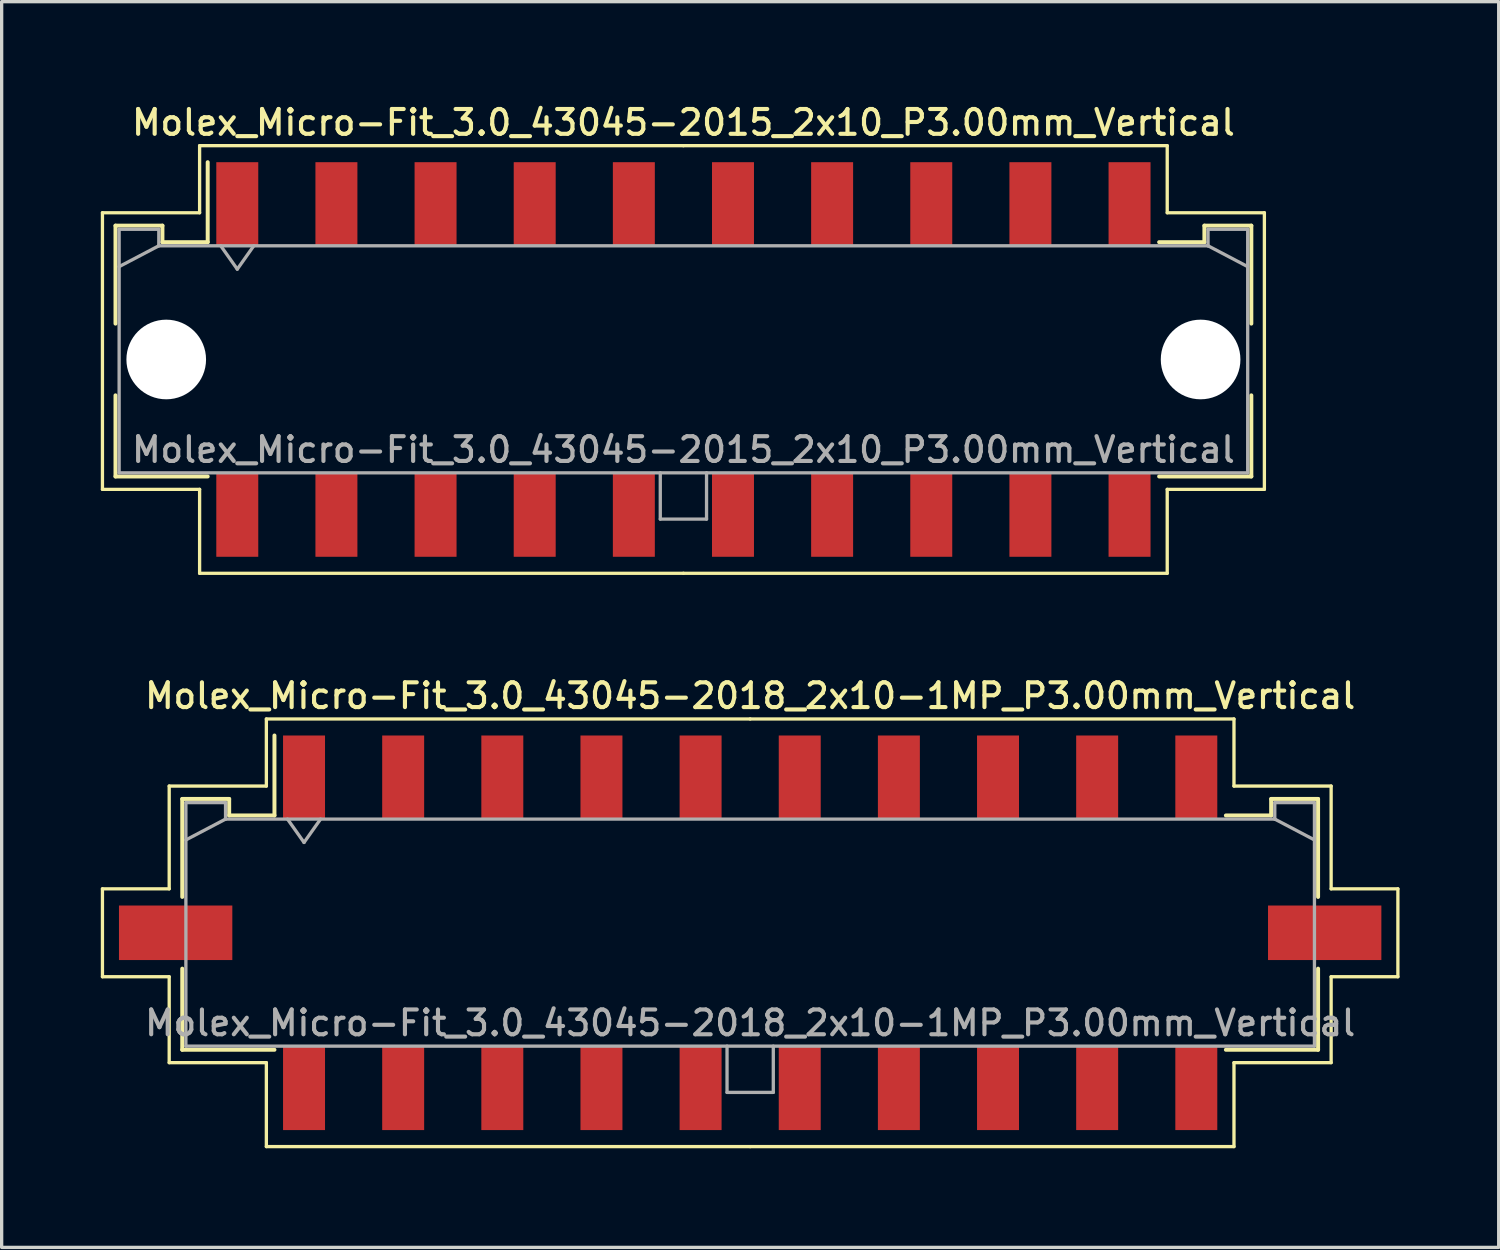
<source format=kicad_pcb>
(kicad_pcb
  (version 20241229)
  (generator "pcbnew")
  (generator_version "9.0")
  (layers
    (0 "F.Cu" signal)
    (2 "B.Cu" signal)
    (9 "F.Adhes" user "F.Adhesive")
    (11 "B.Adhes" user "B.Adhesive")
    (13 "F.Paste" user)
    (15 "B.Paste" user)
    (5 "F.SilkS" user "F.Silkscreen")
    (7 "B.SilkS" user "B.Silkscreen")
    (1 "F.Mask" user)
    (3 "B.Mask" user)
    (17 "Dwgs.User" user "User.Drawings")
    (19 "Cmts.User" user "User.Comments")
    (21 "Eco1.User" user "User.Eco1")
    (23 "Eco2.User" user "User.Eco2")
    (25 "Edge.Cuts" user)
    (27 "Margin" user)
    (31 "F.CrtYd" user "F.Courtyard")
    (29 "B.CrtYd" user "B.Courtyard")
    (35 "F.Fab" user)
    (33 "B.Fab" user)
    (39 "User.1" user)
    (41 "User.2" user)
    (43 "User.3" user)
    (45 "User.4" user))
  (footprint "Molex_Micro-Fit_3.0_43045-2015_2x10_P3.00mm_Vertical"
    (layer "F.Cu")
    (at 17.63 7.828)
    (property "Reference" "Molex_Micro-Fit_3.0_43045-2015_2x10_P3.00mm_Vertical" (at 0 -7.17 0) (layer "F.SilkS") (effects (font (size 0.75 0.75) (thickness 0.125))))
    (attr smd)
    (fp_line (start -17.58 -4.44) (end -17.58 3.93) (stroke (width 0.1) (type solid)) (layer "F.SilkS"))
    (fp_line (start -17.58 3.93) (end -14.64 3.93) (stroke (width 0.1) (type solid)) (layer "F.SilkS"))
    (fp_line (start -17.185 -4.05) (end -15.765 -4.05) (stroke (width 0.12) (type solid)) (layer "F.SilkS"))
    (fp_line (start -17.185 -1.085) (end -17.185 -4.05) (stroke (width 0.12) (type solid)) (layer "F.SilkS"))
    (fp_line (start -17.185 1.085) (end -17.185 3.54) (stroke (width 0.12) (type solid)) (layer "F.SilkS"))
    (fp_line (start -17.185 3.54) (end -14.395 3.54) (stroke (width 0.12) (type solid)) (layer "F.SilkS"))
    (fp_line (start -15.765 -4.05) (end -15.765 -3.55) (stroke (width 0.12) (type solid)) (layer "F.SilkS"))
    (fp_line (start -15.765 -3.55) (end -14.395 -3.55) (stroke (width 0.12) (type solid)) (layer "F.SilkS"))
    (fp_line (start -14.64 -6.47) (end -14.64 -4.44) (stroke (width 0.1) (type solid)) (layer "F.SilkS"))
    (fp_line (start -14.64 -4.44) (end -17.58 -4.44) (stroke (width 0.1) (type solid)) (layer "F.SilkS"))
    (fp_line (start -14.64 3.93) (end -14.64 6.47) (stroke (width 0.1) (type solid)) (layer "F.SilkS"))
    (fp_line (start -14.64 6.47) (end 0 6.47) (stroke (width 0.1) (type solid)) (layer "F.SilkS"))
    (fp_line (start -14.395 -3.55) (end -14.395 -5.97) (stroke (width 0.12) (type solid)) (layer "F.SilkS"))
    (fp_line (start 0 -6.47) (end -14.64 -6.47) (stroke (width 0.1) (type solid)) (layer "F.SilkS"))
    (fp_line (start 0 -6.47) (end 14.64 -6.47) (stroke (width 0.1) (type solid)) (layer "F.SilkS"))
    (fp_line (start 14.64 -6.47) (end 14.64 -4.44) (stroke (width 0.1) (type solid)) (layer "F.SilkS"))
    (fp_line (start 14.64 -4.44) (end 17.58 -4.44) (stroke (width 0.1) (type solid)) (layer "F.SilkS"))
    (fp_line (start 14.64 3.93) (end 14.64 6.47) (stroke (width 0.1) (type solid)) (layer "F.SilkS"))
    (fp_line (start 14.64 6.47) (end 0 6.47) (stroke (width 0.1) (type solid)) (layer "F.SilkS"))
    (fp_line (start 15.765 -4.05) (end 15.765 -3.55) (stroke (width 0.12) (type solid)) (layer "F.SilkS"))
    (fp_line (start 15.765 -3.55) (end 14.395 -3.55) (stroke (width 0.12) (type solid)) (layer "F.SilkS"))
    (fp_line (start 17.185 -4.05) (end 15.765 -4.05) (stroke (width 0.12) (type solid)) (layer "F.SilkS"))
    (fp_line (start 17.185 -1.085) (end 17.185 -4.05) (stroke (width 0.12) (type solid)) (layer "F.SilkS"))
    (fp_line (start 17.185 1.085) (end 17.185 3.54) (stroke (width 0.12) (type solid)) (layer "F.SilkS"))
    (fp_line (start 17.185 3.54) (end 14.395 3.54) (stroke (width 0.12) (type solid)) (layer "F.SilkS"))
    (fp_line (start 17.58 -4.44) (end 17.58 3.93) (stroke (width 0.1) (type solid)) (layer "F.SilkS"))
    (fp_line (start 17.58 3.93) (end 14.64 3.93) (stroke (width 0.1) (type solid)) (layer "F.SilkS"))
    (fp_line (start -17.075 -3.94) (end -17.075 3.43) (stroke (width 0.1) (type solid)) (layer "F.Fab"))
    (fp_line (start -17.075 -2.81) (end -15.875 -3.44) (stroke (width 0.1) (type solid)) (layer "F.Fab"))
    (fp_line (start -17.075 3.43) (end 17.075 3.43) (stroke (width 0.1) (type solid)) (layer "F.Fab"))
    (fp_line (start -15.875 -3.94) (end -17.075 -3.94) (stroke (width 0.1) (type solid)) (layer "F.Fab"))
    (fp_line (start -15.875 -3.44) (end -15.875 -3.94) (stroke (width 0.1) (type solid)) (layer "F.Fab"))
    (fp_line (start -14 -3.44) (end -13.5 -2.733) (stroke (width 0.1) (type solid)) (layer "F.Fab"))
    (fp_line (start -13.5 -2.733) (end -13 -3.44) (stroke (width 0.1) (type solid)) (layer "F.Fab"))
    (fp_line (start -0.7 3.43) (end -0.7 4.83) (stroke (width 0.1) (type solid)) (layer "F.Fab"))
    (fp_line (start -0.7 4.83) (end 0.7 4.83) (stroke (width 0.1) (type solid)) (layer "F.Fab"))
    (fp_line (start 0.7 4.83) (end 0.7 3.43) (stroke (width 0.1) (type solid)) (layer "F.Fab"))
    (fp_line (start 15.875 -3.94) (end 15.875 -3.44) (stroke (width 0.1) (type solid)) (layer "F.Fab"))
    (fp_line (start 15.875 -3.44) (end -15.875 -3.44) (stroke (width 0.1) (type solid)) (layer "F.Fab"))
    (fp_line (start 17.075 -3.94) (end 15.875 -3.94) (stroke (width 0.1) (type solid)) (layer "F.Fab"))
    (fp_line (start 17.075 -2.81) (end 15.875 -3.44) (stroke (width 0.1) (type solid)) (layer "F.Fab"))
    (fp_line (start 17.075 3.43) (end 17.075 -3.94) (stroke (width 0.1) (type solid)) (layer "F.Fab"))
    (fp_text user "${REFERENCE}" (at 0 2.73 0) (layer "F.Fab") (effects (font (size 0.75 0.75) (thickness 0.125))))
    (pad "" np_thru_hole circle (at -15.65 0) (size 2.41 2.41) (drill 2.41) (layers "*.Cu" "*.Mask"))
    (pad "" np_thru_hole circle (at 15.65 0) (size 2.41 2.41) (drill 2.41) (layers "*.Cu" "*.Mask"))
    (pad "1" smd rect (at -13.5 -4.7) (size 1.27 2.54) (layers "F.Cu" "F.Mask" "F.Paste"))
    (pad "2" smd rect (at -10.5 -4.7) (size 1.27 2.54) (layers "F.Cu" "F.Mask" "F.Paste"))
    (pad "3" smd rect (at -7.5 -4.7) (size 1.27 2.54) (layers "F.Cu" "F.Mask" "F.Paste"))
    (pad "4" smd rect (at -4.5 -4.7) (size 1.27 2.54) (layers "F.Cu" "F.Mask" "F.Paste"))
    (pad "5" smd rect (at -1.5 -4.7) (size 1.27 2.54) (layers "F.Cu" "F.Mask" "F.Paste"))
    (pad "6" smd rect (at 1.5 -4.7) (size 1.27 2.54) (layers "F.Cu" "F.Mask" "F.Paste"))
    (pad "7" smd rect (at 4.5 -4.7) (size 1.27 2.54) (layers "F.Cu" "F.Mask" "F.Paste"))
    (pad "8" smd rect (at 7.5 -4.7) (size 1.27 2.54) (layers "F.Cu" "F.Mask" "F.Paste"))
    (pad "9" smd rect (at 10.5 -4.7) (size 1.27 2.54) (layers "F.Cu" "F.Mask" "F.Paste"))
    (pad "10" smd rect (at 13.5 -4.7) (size 1.27 2.54) (layers "F.Cu" "F.Mask" "F.Paste"))
    (pad "11" smd rect (at -13.5 4.7) (size 1.27 2.54) (layers "F.Cu" "F.Mask" "F.Paste"))
    (pad "12" smd rect (at -10.5 4.7) (size 1.27 2.54) (layers "F.Cu" "F.Mask" "F.Paste"))
    (pad "13" smd rect (at -7.5 4.7) (size 1.27 2.54) (layers "F.Cu" "F.Mask" "F.Paste"))
    (pad "14" smd rect (at -4.5 4.7) (size 1.27 2.54) (layers "F.Cu" "F.Mask" "F.Paste"))
    (pad "15" smd rect (at -1.5 4.7) (size 1.27 2.54) (layers "F.Cu" "F.Mask" "F.Paste"))
    (pad "16" smd rect (at 1.5 4.7) (size 1.27 2.54) (layers "F.Cu" "F.Mask" "F.Paste"))
    (pad "17" smd rect (at 4.5 4.7) (size 1.27 2.54) (layers "F.Cu" "F.Mask" "F.Paste"))
    (pad "18" smd rect (at 7.5 4.7) (size 1.27 2.54) (layers "F.Cu" "F.Mask" "F.Paste"))
    (pad "19" smd rect (at 10.5 4.7) (size 1.27 2.54) (layers "F.Cu" "F.Mask" "F.Paste"))
    (pad "20" smd rect (at 13.5 4.7) (size 1.27 2.54) (layers "F.Cu" "F.Mask" "F.Paste")))
  (footprint "Molex_Micro-Fit_3.0_43045-2018_2x10-1MP_P3.00mm_Vertical"
    (layer "F.Cu")
    (at 19.65 25.176)
    (property "Reference" "Molex_Micro-Fit_3.0_43045-2018_2x10-1MP_P3.00mm_Vertical" (at 0 -7.17 0) (layer "F.SilkS") (effects (font (size 0.75 0.75) (thickness 0.125))))
    (attr smd)
    (fp_line (start -19.6 -1.33) (end -19.6 1.33) (stroke (width 0.1) (type solid)) (layer "F.SilkS"))
    (fp_line (start -19.6 1.33) (end -17.58 1.33) (stroke (width 0.1) (type solid)) (layer "F.SilkS"))
    (fp_line (start -17.58 -4.44) (end -17.58 -1.33) (stroke (width 0.1) (type solid)) (layer "F.SilkS"))
    (fp_line (start -17.58 -1.33) (end -19.6 -1.33) (stroke (width 0.1) (type solid)) (layer "F.SilkS"))
    (fp_line (start -17.58 1.33) (end -17.58 3.93) (stroke (width 0.1) (type solid)) (layer "F.SilkS"))
    (fp_line (start -17.58 3.93) (end -14.64 3.93) (stroke (width 0.1) (type solid)) (layer "F.SilkS"))
    (fp_line (start -17.185 -4.05) (end -15.765 -4.05) (stroke (width 0.12) (type solid)) (layer "F.SilkS"))
    (fp_line (start -17.185 -1.085) (end -17.185 -4.05) (stroke (width 0.12) (type solid)) (layer "F.SilkS"))
    (fp_line (start -17.185 1.085) (end -17.185 3.54) (stroke (width 0.12) (type solid)) (layer "F.SilkS"))
    (fp_line (start -17.185 3.54) (end -14.395 3.54) (stroke (width 0.12) (type solid)) (layer "F.SilkS"))
    (fp_line (start -15.765 -4.05) (end -15.765 -3.55) (stroke (width 0.12) (type solid)) (layer "F.SilkS"))
    (fp_line (start -15.765 -3.55) (end -14.395 -3.55) (stroke (width 0.12) (type solid)) (layer "F.SilkS"))
    (fp_line (start -14.64 -6.47) (end -14.64 -4.44) (stroke (width 0.1) (type solid)) (layer "F.SilkS"))
    (fp_line (start -14.64 -4.44) (end -17.58 -4.44) (stroke (width 0.1) (type solid)) (layer "F.SilkS"))
    (fp_line (start -14.64 3.93) (end -14.64 6.47) (stroke (width 0.1) (type solid)) (layer "F.SilkS"))
    (fp_line (start -14.64 6.47) (end 0 6.47) (stroke (width 0.1) (type solid)) (layer "F.SilkS"))
    (fp_line (start -14.395 -3.55) (end -14.395 -5.97) (stroke (width 0.12) (type solid)) (layer "F.SilkS"))
    (fp_line (start 0 -6.47) (end -14.64 -6.47) (stroke (width 0.1) (type solid)) (layer "F.SilkS"))
    (fp_line (start 0 -6.47) (end 14.64 -6.47) (stroke (width 0.1) (type solid)) (layer "F.SilkS"))
    (fp_line (start 14.64 -6.47) (end 14.64 -4.44) (stroke (width 0.1) (type solid)) (layer "F.SilkS"))
    (fp_line (start 14.64 -4.44) (end 17.58 -4.44) (stroke (width 0.1) (type solid)) (layer "F.SilkS"))
    (fp_line (start 14.64 3.93) (end 14.64 6.47) (stroke (width 0.1) (type solid)) (layer "F.SilkS"))
    (fp_line (start 14.64 6.47) (end 0 6.47) (stroke (width 0.1) (type solid)) (layer "F.SilkS"))
    (fp_line (start 15.765 -4.05) (end 15.765 -3.55) (stroke (width 0.12) (type solid)) (layer "F.SilkS"))
    (fp_line (start 15.765 -3.55) (end 14.395 -3.55) (stroke (width 0.12) (type solid)) (layer "F.SilkS"))
    (fp_line (start 17.185 -4.05) (end 15.765 -4.05) (stroke (width 0.12) (type solid)) (layer "F.SilkS"))
    (fp_line (start 17.185 -1.085) (end 17.185 -4.05) (stroke (width 0.12) (type solid)) (layer "F.SilkS"))
    (fp_line (start 17.185 1.085) (end 17.185 3.54) (stroke (width 0.12) (type solid)) (layer "F.SilkS"))
    (fp_line (start 17.185 3.54) (end 14.395 3.54) (stroke (width 0.12) (type solid)) (layer "F.SilkS"))
    (fp_line (start 17.58 -4.44) (end 17.58 -1.33) (stroke (width 0.1) (type solid)) (layer "F.SilkS"))
    (fp_line (start 17.58 -1.33) (end 19.6 -1.33) (stroke (width 0.1) (type solid)) (layer "F.SilkS"))
    (fp_line (start 17.58 1.33) (end 17.58 3.93) (stroke (width 0.1) (type solid)) (layer "F.SilkS"))
    (fp_line (start 17.58 3.93) (end 14.64 3.93) (stroke (width 0.1) (type solid)) (layer "F.SilkS"))
    (fp_line (start 19.6 -1.33) (end 19.6 1.33) (stroke (width 0.1) (type solid)) (layer "F.SilkS"))
    (fp_line (start 19.6 1.33) (end 17.58 1.33) (stroke (width 0.1) (type solid)) (layer "F.SilkS"))
    (fp_line (start -17.075 -3.94) (end -17.075 3.43) (stroke (width 0.1) (type solid)) (layer "F.Fab"))
    (fp_line (start -17.075 -2.81) (end -15.875 -3.44) (stroke (width 0.1) (type solid)) (layer "F.Fab"))
    (fp_line (start -17.075 3.43) (end 17.075 3.43) (stroke (width 0.1) (type solid)) (layer "F.Fab"))
    (fp_line (start -15.875 -3.94) (end -17.075 -3.94) (stroke (width 0.1) (type solid)) (layer "F.Fab"))
    (fp_line (start -15.875 -3.44) (end -15.875 -3.94) (stroke (width 0.1) (type solid)) (layer "F.Fab"))
    (fp_line (start -14 -3.44) (end -13.5 -2.733) (stroke (width 0.1) (type solid)) (layer "F.Fab"))
    (fp_line (start -13.5 -2.733) (end -13 -3.44) (stroke (width 0.1) (type solid)) (layer "F.Fab"))
    (fp_line (start -0.7 3.43) (end -0.7 4.83) (stroke (width 0.1) (type solid)) (layer "F.Fab"))
    (fp_line (start -0.7 4.83) (end 0.7 4.83) (stroke (width 0.1) (type solid)) (layer "F.Fab"))
    (fp_line (start 0.7 4.83) (end 0.7 3.43) (stroke (width 0.1) (type solid)) (layer "F.Fab"))
    (fp_line (start 15.875 -3.94) (end 15.875 -3.44) (stroke (width 0.1) (type solid)) (layer "F.Fab"))
    (fp_line (start 15.875 -3.44) (end -15.875 -3.44) (stroke (width 0.1) (type solid)) (layer "F.Fab"))
    (fp_line (start 17.075 -3.94) (end 15.875 -3.94) (stroke (width 0.1) (type solid)) (layer "F.Fab"))
    (fp_line (start 17.075 -2.81) (end 15.875 -3.44) (stroke (width 0.1) (type solid)) (layer "F.Fab"))
    (fp_line (start 17.075 3.43) (end 17.075 -3.94) (stroke (width 0.1) (type solid)) (layer "F.Fab"))
    (fp_text user "${REFERENCE}" (at 0 2.73 0) (layer "F.Fab") (effects (font (size 0.75 0.75) (thickness 0.125))))
    (pad "1" smd rect (at -13.5 -4.7) (size 1.27 2.54) (layers "F.Cu" "F.Mask" "F.Paste"))
    (pad "2" smd rect (at -10.5 -4.7) (size 1.27 2.54) (layers "F.Cu" "F.Mask" "F.Paste"))
    (pad "3" smd rect (at -7.5 -4.7) (size 1.27 2.54) (layers "F.Cu" "F.Mask" "F.Paste"))
    (pad "4" smd rect (at -4.5 -4.7) (size 1.27 2.54) (layers "F.Cu" "F.Mask" "F.Paste"))
    (pad "5" smd rect (at -1.5 -4.7) (size 1.27 2.54) (layers "F.Cu" "F.Mask" "F.Paste"))
    (pad "6" smd rect (at 1.5 -4.7) (size 1.27 2.54) (layers "F.Cu" "F.Mask" "F.Paste"))
    (pad "7" smd rect (at 4.5 -4.7) (size 1.27 2.54) (layers "F.Cu" "F.Mask" "F.Paste"))
    (pad "8" smd rect (at 7.5 -4.7) (size 1.27 2.54) (layers "F.Cu" "F.Mask" "F.Paste"))
    (pad "9" smd rect (at 10.5 -4.7) (size 1.27 2.54) (layers "F.Cu" "F.Mask" "F.Paste"))
    (pad "10" smd rect (at 13.5 -4.7) (size 1.27 2.54) (layers "F.Cu" "F.Mask" "F.Paste"))
    (pad "11" smd rect (at -13.5 4.7) (size 1.27 2.54) (layers "F.Cu" "F.Mask" "F.Paste"))
    (pad "12" smd rect (at -10.5 4.7) (size 1.27 2.54) (layers "F.Cu" "F.Mask" "F.Paste"))
    (pad "13" smd rect (at -7.5 4.7) (size 1.27 2.54) (layers "F.Cu" "F.Mask" "F.Paste"))
    (pad "14" smd rect (at -4.5 4.7) (size 1.27 2.54) (layers "F.Cu" "F.Mask" "F.Paste"))
    (pad "15" smd rect (at -1.5 4.7) (size 1.27 2.54) (layers "F.Cu" "F.Mask" "F.Paste"))
    (pad "16" smd rect (at 1.5 4.7) (size 1.27 2.54) (layers "F.Cu" "F.Mask" "F.Paste"))
    (pad "17" smd rect (at 4.5 4.7) (size 1.27 2.54) (layers "F.Cu" "F.Mask" "F.Paste"))
    (pad "18" smd rect (at 7.5 4.7) (size 1.27 2.54) (layers "F.Cu" "F.Mask" "F.Paste"))
    (pad "19" smd rect (at 10.5 4.7) (size 1.27 2.54) (layers "F.Cu" "F.Mask" "F.Paste"))
    (pad "20" smd rect (at 13.5 4.7) (size 1.27 2.54) (layers "F.Cu" "F.Mask" "F.Paste"))
    (pad "MP" smd rect (at -17.385 0) (size 3.43 1.65) (layers "F.Cu" "F.Mask" "F.Paste"))
    (pad "MP" smd rect (at 17.385 0) (size 3.43 1.65) (layers "F.Cu" "F.Mask" "F.Paste")))
  (gr_rect
    (start -3 -3)
    (end 42.3 34.696)
    (stroke (width 0.1) (type default))
    (fill no)
    (layer "Edge.Cuts")))
</source>
